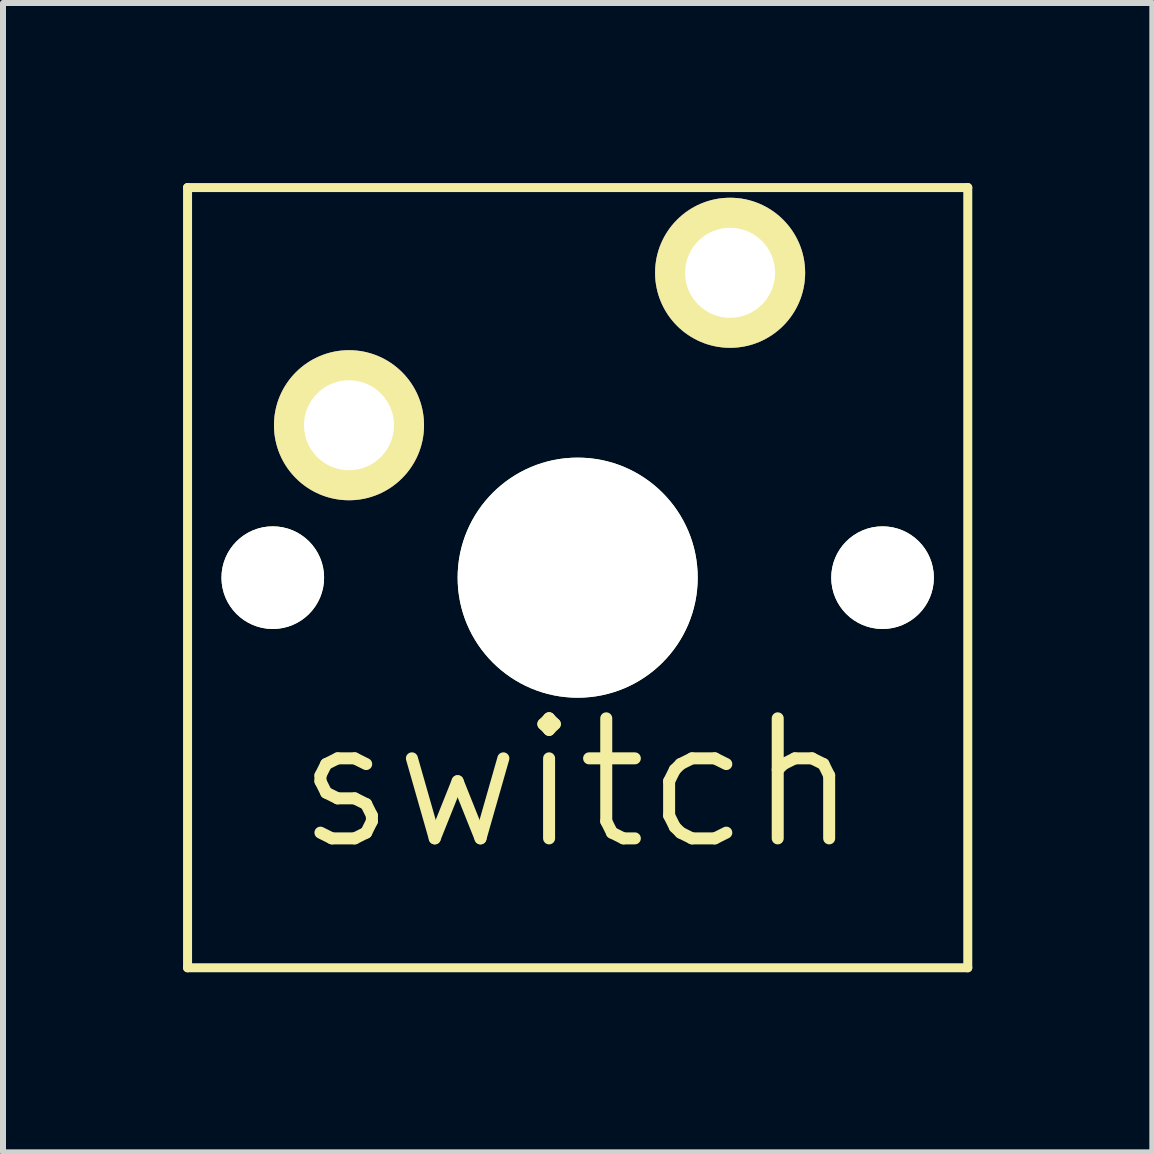
<source format=kicad_pcb>
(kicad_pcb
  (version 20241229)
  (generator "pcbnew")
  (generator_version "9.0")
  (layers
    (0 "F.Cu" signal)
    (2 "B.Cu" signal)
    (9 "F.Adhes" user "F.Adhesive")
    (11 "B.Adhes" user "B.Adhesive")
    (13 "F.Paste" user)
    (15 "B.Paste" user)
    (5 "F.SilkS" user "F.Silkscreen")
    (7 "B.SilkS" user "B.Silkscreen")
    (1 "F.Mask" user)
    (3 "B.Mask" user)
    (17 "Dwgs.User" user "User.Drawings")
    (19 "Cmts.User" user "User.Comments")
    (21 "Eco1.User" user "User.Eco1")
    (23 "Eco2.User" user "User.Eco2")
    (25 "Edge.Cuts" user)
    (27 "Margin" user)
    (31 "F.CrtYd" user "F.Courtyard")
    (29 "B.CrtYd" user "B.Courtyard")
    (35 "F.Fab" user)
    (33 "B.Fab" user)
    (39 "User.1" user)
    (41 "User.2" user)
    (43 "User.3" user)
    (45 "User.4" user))
  (footprint "switch"
    (layer "F.Cu")
    (at 6.575 6.575)
    (property "Reference" "switch" (at 0 3.429 0) (layer "F.SilkS") (effects (font (size 2 2) (thickness 0.2))))
    (attr through_hole)
    (fp_line (start -6.5 -6.5) (end 6.5 -6.5) (stroke (width 0.15) (type solid)) (layer "F.SilkS"))
    (fp_line (start -6.5 6.5) (end -6.5 -6.5) (stroke (width 0.15) (type solid)) (layer "F.SilkS"))
    (fp_line (start 6.5 -6.5) (end 6.5 6.5) (stroke (width 0.15) (type solid)) (layer "F.SilkS"))
    (fp_line (start 6.5 6.5) (end -6.5 6.5) (stroke (width 0.15) (type solid)) (layer "F.SilkS"))
    (pad "" np_thru_hole circle (at -5.08 0) (size 1.71 1.71) (drill 1.71) (layers "*.Cu" "*.Mask" "F.SilkS"))
    (pad "" np_thru_hole circle (at 0 0) (size 4 4) (drill 4) (layers "*.Cu" "*.Mask" "F.SilkS"))
    (pad "" np_thru_hole circle (at 5.08 0) (size 1.71 1.71) (drill 1.71) (layers "*.Cu" "*.Mask" "F.SilkS"))
    (pad "1" thru_hole circle (at -3.81 -2.54) (size 2.5 2.5) (drill 1.5) (layers "*.Cu" "*.Mask" "F.SilkS"))
    (pad "2" thru_hole circle (at 2.54 -5.08) (size 2.5 2.5) (drill 1.5) (layers "*.Cu" "*.Mask" "F.SilkS")))
  (gr_rect
    (start -3 -3)
    (end 16.15 16.15)
    (stroke (width 0.1) (type default))
    (fill no)
    (layer "Edge.Cuts")))
</source>
